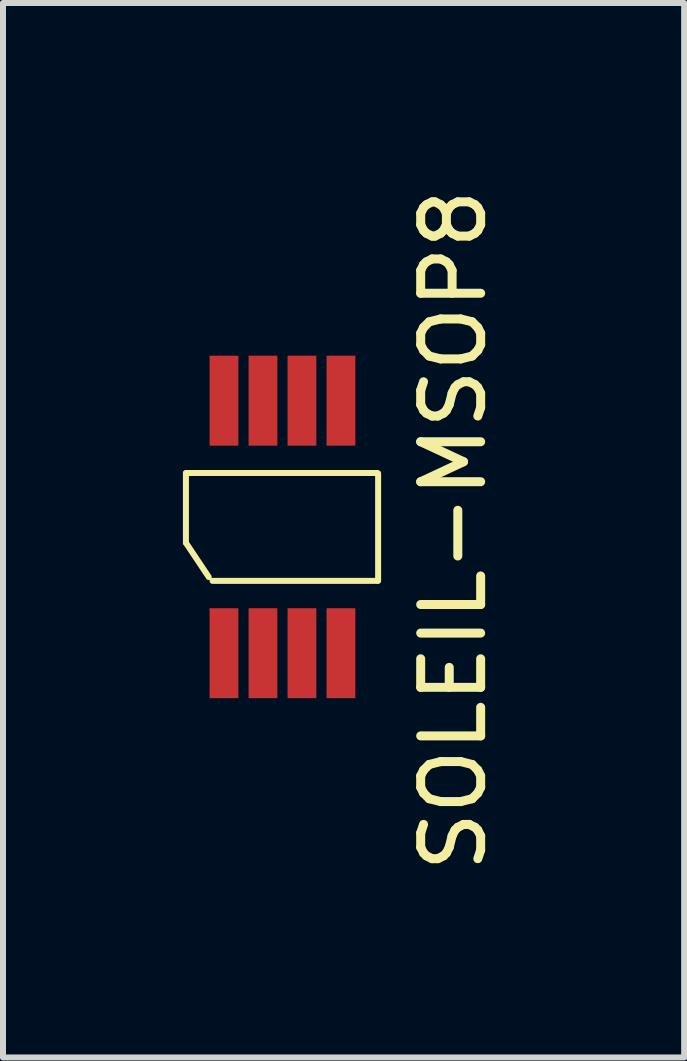
<source format=kicad_pcb>
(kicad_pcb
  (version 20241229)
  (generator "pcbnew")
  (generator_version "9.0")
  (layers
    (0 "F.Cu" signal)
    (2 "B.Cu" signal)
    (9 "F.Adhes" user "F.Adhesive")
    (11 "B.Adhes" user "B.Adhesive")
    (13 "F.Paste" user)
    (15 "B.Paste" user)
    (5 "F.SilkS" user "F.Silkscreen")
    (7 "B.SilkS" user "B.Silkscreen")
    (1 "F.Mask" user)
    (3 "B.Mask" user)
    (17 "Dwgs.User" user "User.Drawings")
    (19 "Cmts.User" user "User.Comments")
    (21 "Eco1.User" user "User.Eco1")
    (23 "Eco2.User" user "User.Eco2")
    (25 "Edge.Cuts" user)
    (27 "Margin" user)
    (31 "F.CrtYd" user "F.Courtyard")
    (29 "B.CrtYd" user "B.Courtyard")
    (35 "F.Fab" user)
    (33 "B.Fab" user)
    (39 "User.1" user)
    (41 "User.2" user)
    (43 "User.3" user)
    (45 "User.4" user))
  (footprint "SOLEIL-MSOP8"
    (layer "F.Cu")
    (at 0.685 7.842)
    (property "Reference" "SOLEIL-MSOP8" (at 3.825 -2.05 90) (layer "F.SilkS") (effects (font (size 1 1) (thickness 0.15))))
    (attr smd)
    (fp_line (start -0.635 -3.005) (end 2.55 -3.005) (stroke (width 0.1) (type solid)) (layer "F.SilkS"))
    (fp_line (start -0.635 -3) (end -0.635 -1.841) (stroke (width 0.1) (type solid)) (layer "F.SilkS"))
    (fp_line (start -0.635 -1.841) (end -0.254 -1.27) (stroke (width 0.1) (type solid)) (layer "F.SilkS"))
    (fp_line (start 2.55 -1.206) (end -0.191 -1.206) (stroke (width 0.1) (type solid)) (layer "F.SilkS"))
    (fp_line (start 2.57 -3) (end 2.57 -1.206) (stroke (width 0.1) (type solid)) (layer "F.SilkS"))
    (pad "1" smd rect (at 0 0) (size 0.48 1.5) (layers "F.Cu" "F.Mask" "F.Paste"))
    (pad "2" smd rect (at 0.65 0) (size 0.48 1.5) (layers "F.Cu" "F.Mask" "F.Paste"))
    (pad "3" smd rect (at 1.3 0) (size 0.48 1.5) (layers "F.Cu" "F.Mask" "F.Paste"))
    (pad "4" smd rect (at 1.95 0) (size 0.48 1.5) (layers "F.Cu" "F.Mask" "F.Paste"))
    (pad "5" smd rect (at 1.95 -4.211) (size 0.48 1.5) (layers "F.Cu" "F.Mask" "F.Paste"))
    (pad "6" smd rect (at 1.3 -4.211) (size 0.48 1.5) (layers "F.Cu" "F.Mask" "F.Paste"))
    (pad "7" smd rect (at 0.65 -4.211) (size 0.48 1.5) (layers "F.Cu" "F.Mask" "F.Paste"))
    (pad "8" smd rect (at 0 -4.211) (size 0.48 1.5) (layers "F.Cu" "F.Mask" "F.Paste")))
  (gr_rect
    (start -3 -3)
    (end 8.358 14.583)
    (stroke (width 0.1) (type default))
    (fill no)
    (layer "Edge.Cuts")))
</source>
